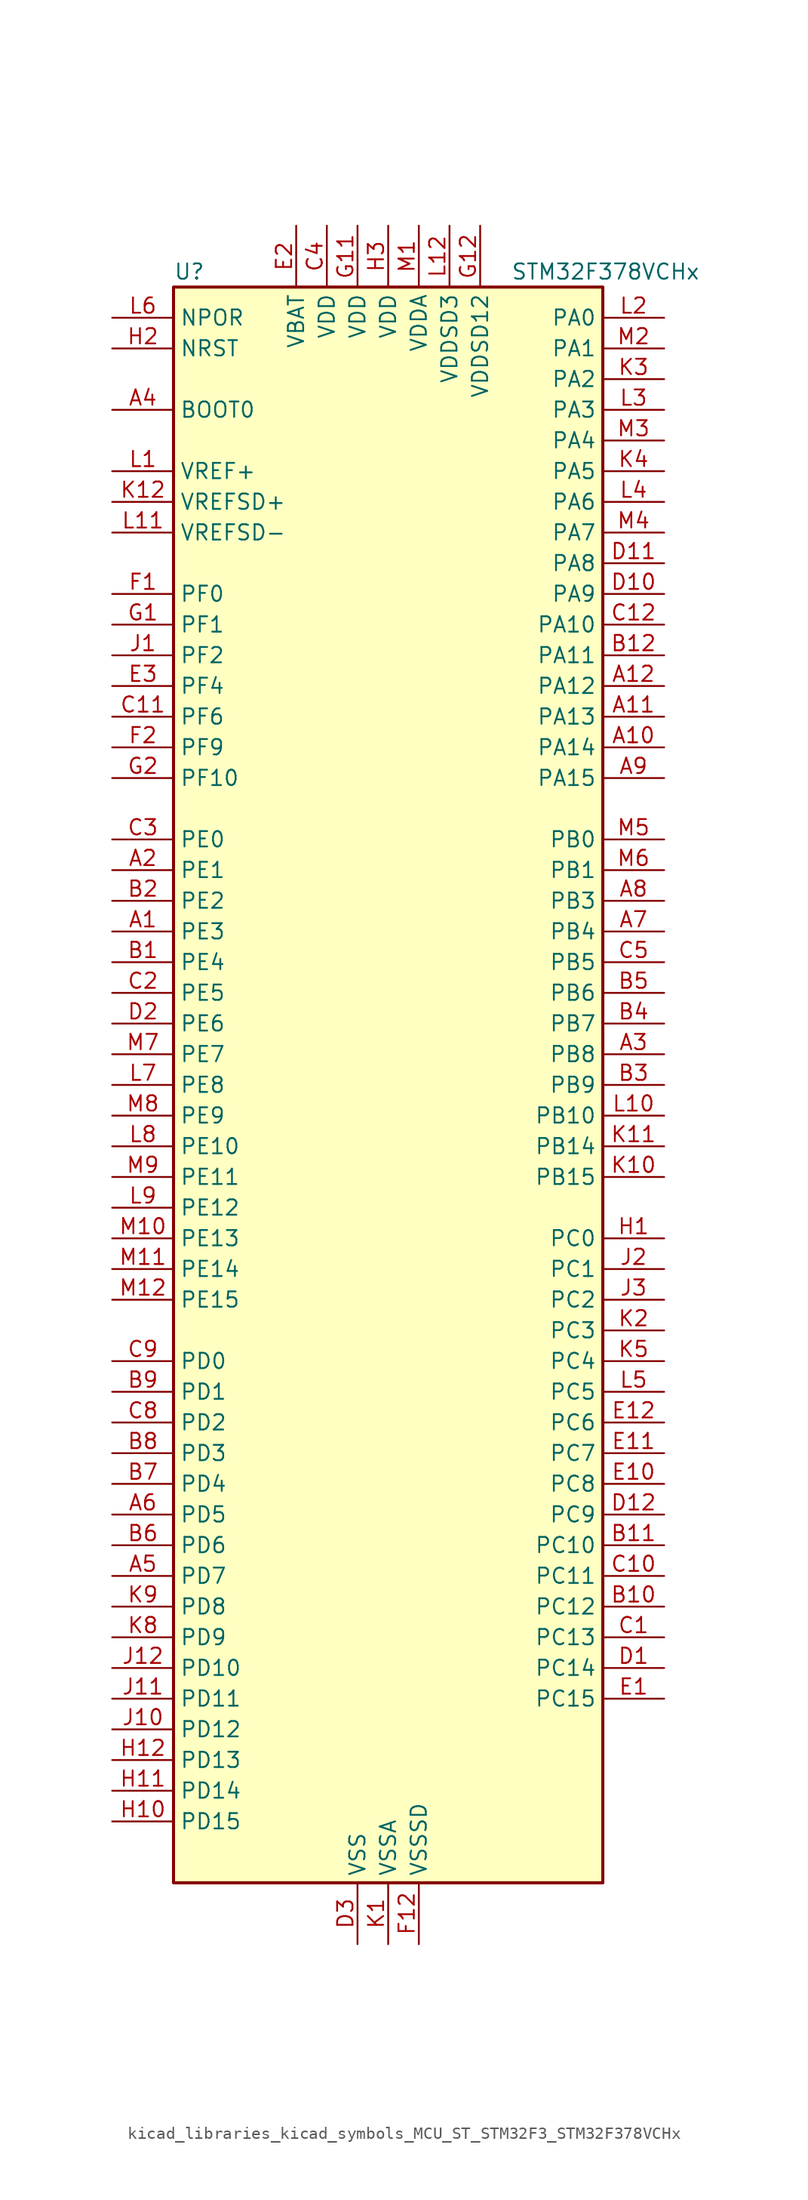
<source format=kicad_sym>
(kicad_symbol_lib
  (version 20220914)
  (generator kicad_symbol_editor)
  (symbol "kicad_libraries_kicad_symbols_MCU_ST_STM32F3_STM32F378VCHx"
    (property "Reference" "U"
      (at -17.78 67.31 0)
      (effects (font (size 1.27 1.27)) (justify left)))
    (property "Value" "STM32F378VCHx"
      (at 10.16 67.31 0)
      (effects (font (size 1.27 1.27)) (justify left)))
    (property "ki_locked" ""
      (at 0 0 0)
      (effects (font (size 1.27 1.27))))
    (symbol "kicad_libraries_kicad_symbols_MCU_ST_STM32F3_STM32F378VCHx_0_1"
      (rectangle (start -17.78 -66.04) (end 17.78 66.04) (stroke (width 0.254) (type default)) (fill (type background))))
    (symbol "kicad_libraries_kicad_symbols_MCU_ST_STM32F3_STM32F378VCHx_1_1"
      (pin bidirectional line (at -22.86 12.7 0) (length 5.08) (name "PE3" (effects (font (size 1.27 1.27)))) (number "A1" (effects (font (size 1.27 1.27)))) (alternate "SYS_TRACED0" bidirectional line) (alternate "TSC_G7_IO2" bidirectional line))
      (pin bidirectional line (at 22.86 27.94 180) (length 5.08) (name "PA14" (effects (font (size 1.27 1.27)))) (number "A10" (effects (font (size 1.27 1.27)))) (alternate "I2C1_SDA" bidirectional line) (alternate "SYS_JTCK-SWCLK" bidirectional line) (alternate "TIM12_CH1" bidirectional line) (alternate "TSC_G4_IO4" bidirectional line))
      (pin bidirectional line (at 22.86 30.48 180) (length 5.08) (name "PA13" (effects (font (size 1.27 1.27)))) (number "A11" (effects (font (size 1.27 1.27)))) (alternate "I2S1_MCK" bidirectional line) (alternate "IR_OUT" bidirectional line) (alternate "SPI1_MISO" bidirectional line) (alternate "SYS_JTMS-SWDIO" bidirectional line) (alternate "TIM16_CH1N" bidirectional line) (alternate "TIM4_CH3" bidirectional line) (alternate "TIM5_CH4" bidirectional line) (alternate "TSC_G4_IO3" bidirectional line) (alternate "USART3_CTS" bidirectional line))
      (pin bidirectional line (at 22.86 33.02 180) (length 5.08) (name "PA12" (effects (font (size 1.27 1.27)))) (number "A12" (effects (font (size 1.27 1.27)))) (alternate "CAN_TX" bidirectional line) (alternate "COMP2_OUT" bidirectional line) (alternate "I2S1_CK" bidirectional line) (alternate "SPI1_SCK" bidirectional line) (alternate "TIM16_CH1" bidirectional line) (alternate "TIM4_CH2" bidirectional line) (alternate "TIM5_CH3" bidirectional line) (alternate "USART1_DE" bidirectional line) (alternate "USART1_RTS" bidirectional line))
      (pin bidirectional line (at -22.86 17.78 0) (length 5.08) (name "PE1" (effects (font (size 1.27 1.27)))) (number "A2" (effects (font (size 1.27 1.27)))) (alternate "USART1_RX" bidirectional line))
      (pin bidirectional line (at 22.86 2.54 180) (length 5.08) (name "PB8" (effects (font (size 1.27 1.27)))) (number "A3" (effects (font (size 1.27 1.27)))) (alternate "CAN_RX" bidirectional line) (alternate "CEC" bidirectional line) (alternate "COMP1_OUT" bidirectional line) (alternate "I2C1_SCL" bidirectional line) (alternate "I2S2_CK" bidirectional line) (alternate "SPI2_SCK" bidirectional line) (alternate "TIM16_CH1" bidirectional line) (alternate "TIM19_CH3" bidirectional line) (alternate "TIM4_CH3" bidirectional line) (alternate "TSC_SYNC" bidirectional line) (alternate "USART3_TX" bidirectional line))
      (pin input line (at -22.86 55.88 0) (length 5.08) (name "BOOT0" (effects (font (size 1.27 1.27)))) (number "A4" (effects (font (size 1.27 1.27)))))
      (pin bidirectional line (at -22.86 -40.64 0) (length 5.08) (name "PD7" (effects (font (size 1.27 1.27)))) (number "A5" (effects (font (size 1.27 1.27)))) (alternate "I2S2_CK" bidirectional line) (alternate "SPI2_SCK" bidirectional line) (alternate "USART2_CK" bidirectional line))
      (pin bidirectional line (at -22.86 -35.56 0) (length 5.08) (name "PD5" (effects (font (size 1.27 1.27)))) (number "A6" (effects (font (size 1.27 1.27)))) (alternate "USART2_TX" bidirectional line))
      (pin bidirectional line (at 22.86 12.7 180) (length 5.08) (name "PB4" (effects (font (size 1.27 1.27)))) (number "A7" (effects (font (size 1.27 1.27)))) (alternate "I2S1_MCK" bidirectional line) (alternate "I2S3_MCK" bidirectional line) (alternate "SPI1_MISO" bidirectional line) (alternate "SPI3_MISO" bidirectional line) (alternate "SYS_NJTRST" bidirectional line) (alternate "TIM15_CH1N" bidirectional line) (alternate "TIM16_CH1" bidirectional line) (alternate "TIM17_BKIN" bidirectional line) (alternate "TIM3_CH1" bidirectional line) (alternate "TSC_G5_IO2" bidirectional line) (alternate "USART2_RX" bidirectional line))
      (pin bidirectional line (at 22.86 15.24 180) (length 5.08) (name "PB3" (effects (font (size 1.27 1.27)))) (number "A8" (effects (font (size 1.27 1.27)))) (alternate "I2S1_CK" bidirectional line) (alternate "I2S3_CK" bidirectional line) (alternate "SPI1_SCK" bidirectional line) (alternate "SPI3_SCK" bidirectional line) (alternate "SYS_JTDO-TRACESWO" bidirectional line) (alternate "TIM13_CH1" bidirectional line) (alternate "TIM2_CH2" bidirectional line) (alternate "TIM3_ETR" bidirectional line) (alternate "TIM4_ETR" bidirectional line) (alternate "TSC_G5_IO1" bidirectional line) (alternate "USART2_TX" bidirectional line))
      (pin bidirectional line (at 22.86 25.4 180) (length 5.08) (name "PA15" (effects (font (size 1.27 1.27)))) (number "A9" (effects (font (size 1.27 1.27)))) (alternate "ADC1_EXTI15" bidirectional line) (alternate "I2C1_SCL" bidirectional line) (alternate "I2S1_WS" bidirectional line) (alternate "I2S3_WS" bidirectional line) (alternate "SDADC1_EXTI15" bidirectional line) (alternate "SDADC2_EXTI15" bidirectional line) (alternate "SDADC3_EXTI15" bidirectional line) (alternate "SPI1_NSS" bidirectional line) (alternate "SPI3_NSS" bidirectional line) (alternate "SYS_JTDI" bidirectional line) (alternate "TIM12_CH2" bidirectional line) (alternate "TIM2_CH1" bidirectional line) (alternate "TIM2_ETR" bidirectional line) (alternate "TSC_SYNC" bidirectional line))
      (pin bidirectional line (at -22.86 10.16 0) (length 5.08) (name "PE4" (effects (font (size 1.27 1.27)))) (number "B1" (effects (font (size 1.27 1.27)))) (alternate "SYS_TRACED1" bidirectional line) (alternate "TSC_G7_IO3" bidirectional line))
      (pin bidirectional line (at 22.86 -43.18 180) (length 5.08) (name "PC12" (effects (font (size 1.27 1.27)))) (number "B10" (effects (font (size 1.27 1.27)))) (alternate "I2S3_SD" bidirectional line) (alternate "SPI3_MOSI" bidirectional line) (alternate "TIM19_CH3" bidirectional line) (alternate "USART3_CK" bidirectional line))
      (pin bidirectional line (at 22.86 -38.1 180) (length 5.08) (name "PC10" (effects (font (size 1.27 1.27)))) (number "B11" (effects (font (size 1.27 1.27)))) (alternate "I2S3_CK" bidirectional line) (alternate "SPI3_SCK" bidirectional line) (alternate "TIM19_CH1" bidirectional line) (alternate "USART3_TX" bidirectional line))
      (pin bidirectional line (at 22.86 35.56 180) (length 5.08) (name "PA11" (effects (font (size 1.27 1.27)))) (number "B12" (effects (font (size 1.27 1.27)))) (alternate "ADC1_EXTI11" bidirectional line) (alternate "CAN_RX" bidirectional line) (alternate "COMP1_OUT" bidirectional line) (alternate "I2S1_WS" bidirectional line) (alternate "I2S2_WS" bidirectional line) (alternate "SDADC1_EXTI11" bidirectional line) (alternate "SDADC2_EXTI11" bidirectional line) (alternate "SDADC3_EXTI11" bidirectional line) (alternate "SPI1_NSS" bidirectional line) (alternate "SPI2_NSS" bidirectional line) (alternate "TIM4_CH1" bidirectional line) (alternate "TIM5_CH2" bidirectional line) (alternate "USART1_CTS" bidirectional line))
      (pin bidirectional line (at -22.86 15.24 0) (length 5.08) (name "PE2" (effects (font (size 1.27 1.27)))) (number "B2" (effects (font (size 1.27 1.27)))) (alternate "SYS_TRACECK" bidirectional line) (alternate "TSC_G7_IO1" bidirectional line))
      (pin bidirectional line (at 22.86 0 180) (length 5.08) (name "PB9" (effects (font (size 1.27 1.27)))) (number "B3" (effects (font (size 1.27 1.27)))) (alternate "CAN_TX" bidirectional line) (alternate "COMP2_OUT" bidirectional line) (alternate "DAC1_EXTI9" bidirectional line) (alternate "DAC2_EXTI9" bidirectional line) (alternate "I2C1_SDA" bidirectional line) (alternate "I2S2_WS" bidirectional line) (alternate "IR_OUT" bidirectional line) (alternate "SPI2_NSS" bidirectional line) (alternate "TIM17_CH1" bidirectional line) (alternate "TIM19_CH4" bidirectional line) (alternate "TIM4_CH4" bidirectional line) (alternate "USART3_RX" bidirectional line))
      (pin bidirectional line (at 22.86 5.08 180) (length 5.08) (name "PB7" (effects (font (size 1.27 1.27)))) (number "B4" (effects (font (size 1.27 1.27)))) (alternate "I2C1_SDA" bidirectional line) (alternate "TIM15_CH2" bidirectional line) (alternate "TIM17_CH1N" bidirectional line) (alternate "TIM19_CH2" bidirectional line) (alternate "TIM3_CH4" bidirectional line) (alternate "TIM4_CH2" bidirectional line) (alternate "TSC_G5_IO4" bidirectional line) (alternate "USART1_RX" bidirectional line))
      (pin bidirectional line (at 22.86 7.62 180) (length 5.08) (name "PB6" (effects (font (size 1.27 1.27)))) (number "B5" (effects (font (size 1.27 1.27)))) (alternate "I2C1_SCL" bidirectional line) (alternate "TIM15_CH1" bidirectional line) (alternate "TIM16_CH1N" bidirectional line) (alternate "TIM19_CH1" bidirectional line) (alternate "TIM3_CH3" bidirectional line) (alternate "TIM4_CH1" bidirectional line) (alternate "TSC_G5_IO3" bidirectional line) (alternate "USART1_TX" bidirectional line))
      (pin bidirectional line (at -22.86 -38.1 0) (length 5.08) (name "PD6" (effects (font (size 1.27 1.27)))) (number "B6" (effects (font (size 1.27 1.27)))) (alternate "I2S2_WS" bidirectional line) (alternate "SPI2_NSS" bidirectional line) (alternate "USART2_RX" bidirectional line))
      (pin bidirectional line (at -22.86 -33.02 0) (length 5.08) (name "PD4" (effects (font (size 1.27 1.27)))) (number "B7" (effects (font (size 1.27 1.27)))) (alternate "I2S2_SD" bidirectional line) (alternate "SPI2_MOSI" bidirectional line) (alternate "USART2_DE" bidirectional line) (alternate "USART2_RTS" bidirectional line))
      (pin bidirectional line (at -22.86 -30.48 0) (length 5.08) (name "PD3" (effects (font (size 1.27 1.27)))) (number "B8" (effects (font (size 1.27 1.27)))) (alternate "I2S2_MCK" bidirectional line) (alternate "SPI2_MISO" bidirectional line) (alternate "USART2_CTS" bidirectional line))
      (pin bidirectional line (at -22.86 -25.4 0) (length 5.08) (name "PD1" (effects (font (size 1.27 1.27)))) (number "B9" (effects (font (size 1.27 1.27)))) (alternate "CAN_TX" bidirectional line) (alternate "TIM19_ETR" bidirectional line))
      (pin bidirectional line (at 22.86 -45.72 180) (length 5.08) (name "PC13" (effects (font (size 1.27 1.27)))) (number "C1" (effects (font (size 1.27 1.27)))) (alternate "RTC_OUT_ALARM" bidirectional line) (alternate "RTC_OUT_CALIB" bidirectional line) (alternate "RTC_TAMP1" bidirectional line) (alternate "RTC_TS" bidirectional line) (alternate "SYS_WKUP2" bidirectional line))
      (pin bidirectional line (at 22.86 -40.64 180) (length 5.08) (name "PC11" (effects (font (size 1.27 1.27)))) (number "C10" (effects (font (size 1.27 1.27)))) (alternate "ADC1_EXTI11" bidirectional line) (alternate "I2S3_MCK" bidirectional line) (alternate "SDADC1_EXTI11" bidirectional line) (alternate "SDADC2_EXTI11" bidirectional line) (alternate "SDADC3_EXTI11" bidirectional line) (alternate "SPI3_MISO" bidirectional line) (alternate "TIM19_CH2" bidirectional line) (alternate "USART3_RX" bidirectional line))
      (pin bidirectional line (at -22.86 30.48 0) (length 5.08) (name "PF6" (effects (font (size 1.27 1.27)))) (number "C11" (effects (font (size 1.27 1.27)))) (alternate "I2C2_SCL" bidirectional line) (alternate "I2S1_SD" bidirectional line) (alternate "SPI1_MOSI" bidirectional line) (alternate "TIM4_CH4" bidirectional line) (alternate "USART3_DE" bidirectional line) (alternate "USART3_RTS" bidirectional line))
      (pin bidirectional line (at 22.86 38.1 180) (length 5.08) (name "PA10" (effects (font (size 1.27 1.27)))) (number "C12" (effects (font (size 1.27 1.27)))) (alternate "I2C2_SDA" bidirectional line) (alternate "I2S2_SD" bidirectional line) (alternate "SPI2_MOSI" bidirectional line) (alternate "TIM14_CH1" bidirectional line) (alternate "TIM17_BKIN" bidirectional line) (alternate "TIM2_CH4" bidirectional line) (alternate "TSC_G4_IO2" bidirectional line) (alternate "USART1_RX" bidirectional line))
      (pin bidirectional line (at -22.86 7.62 0) (length 5.08) (name "PE5" (effects (font (size 1.27 1.27)))) (number "C2" (effects (font (size 1.27 1.27)))) (alternate "SYS_TRACED2" bidirectional line) (alternate "TSC_G7_IO4" bidirectional line))
      (pin bidirectional line (at -22.86 20.32 0) (length 5.08) (name "PE0" (effects (font (size 1.27 1.27)))) (number "C3" (effects (font (size 1.27 1.27)))) (alternate "TIM4_ETR" bidirectional line) (alternate "USART1_TX" bidirectional line))
      (pin power_in line (at -5.08 71.12 270) (length 5.08) (name "VDD" (effects (font (size 1.27 1.27)))) (number "C4" (effects (font (size 1.27 1.27)))))
      (pin bidirectional line (at 22.86 10.16 180) (length 5.08) (name "PB5" (effects (font (size 1.27 1.27)))) (number "C5" (effects (font (size 1.27 1.27)))) (alternate "I2C1_SMBA" bidirectional line) (alternate "I2S1_SD" bidirectional line) (alternate "I2S3_SD" bidirectional line) (alternate "SPI1_MOSI" bidirectional line) (alternate "SPI3_MOSI" bidirectional line) (alternate "TIM16_BKIN" bidirectional line) (alternate "TIM17_CH1" bidirectional line) (alternate "TIM19_ETR" bidirectional line) (alternate "TIM3_CH2" bidirectional line) (alternate "USART2_CK" bidirectional line))
      (pin bidirectional line (at -22.86 -27.94 0) (length 5.08) (name "PD2" (effects (font (size 1.27 1.27)))) (number "C8" (effects (font (size 1.27 1.27)))) (alternate "TIM3_ETR" bidirectional line))
      (pin bidirectional line (at -22.86 -22.86 0) (length 5.08) (name "PD0" (effects (font (size 1.27 1.27)))) (number "C9" (effects (font (size 1.27 1.27)))) (alternate "CAN_RX" bidirectional line) (alternate "TIM19_CH4" bidirectional line))
      (pin bidirectional line (at 22.86 -48.26 180) (length 5.08) (name "PC14" (effects (font (size 1.27 1.27)))) (number "D1" (effects (font (size 1.27 1.27)))) (alternate "RCC_OSC32_IN" bidirectional line))
      (pin bidirectional line (at 22.86 40.64 180) (length 5.08) (name "PA9" (effects (font (size 1.27 1.27)))) (number "D10" (effects (font (size 1.27 1.27)))) (alternate "DAC1_EXTI9" bidirectional line) (alternate "DAC2_EXTI9" bidirectional line) (alternate "I2C2_SCL" bidirectional line) (alternate "I2S2_MCK" bidirectional line) (alternate "SPI2_MISO" bidirectional line) (alternate "TIM13_CH1" bidirectional line) (alternate "TIM15_BKIN" bidirectional line) (alternate "TIM2_CH3" bidirectional line) (alternate "TSC_G4_IO1" bidirectional line) (alternate "USART1_TX" bidirectional line))
      (pin bidirectional line (at 22.86 43.18 180) (length 5.08) (name "PA8" (effects (font (size 1.27 1.27)))) (number "D11" (effects (font (size 1.27 1.27)))) (alternate "I2C2_SMBA" bidirectional line) (alternate "I2S2_CK" bidirectional line) (alternate "RCC_MCO" bidirectional line) (alternate "SPI2_SCK" bidirectional line) (alternate "TIM4_ETR" bidirectional line) (alternate "TIM5_CH1" bidirectional line) (alternate "TIM5_ETR" bidirectional line) (alternate "USART1_CK" bidirectional line))
      (pin bidirectional line (at 22.86 -35.56 180) (length 5.08) (name "PC9" (effects (font (size 1.27 1.27)))) (number "D12" (effects (font (size 1.27 1.27)))) (alternate "DAC1_EXTI9" bidirectional line) (alternate "DAC2_EXTI9" bidirectional line) (alternate "I2S1_SD" bidirectional line) (alternate "SPI1_MOSI" bidirectional line) (alternate "TIM3_CH4" bidirectional line))
      (pin bidirectional line (at -22.86 5.08 0) (length 5.08) (name "PE6" (effects (font (size 1.27 1.27)))) (number "D2" (effects (font (size 1.27 1.27)))) (alternate "RTC_TAMP3" bidirectional line) (alternate "SYS_TRACED3" bidirectional line) (alternate "SYS_WKUP3" bidirectional line))
      (pin power_in line (at -2.54 -71.12 90) (length 5.08) (name "VSS" (effects (font (size 1.27 1.27)))) (number "D3" (effects (font (size 1.27 1.27)))))
      (pin bidirectional line (at 22.86 -50.8 180) (length 5.08) (name "PC15" (effects (font (size 1.27 1.27)))) (number "E1" (effects (font (size 1.27 1.27)))) (alternate "ADC1_EXTI15" bidirectional line) (alternate "RCC_OSC32_OUT" bidirectional line) (alternate "SDADC1_EXTI15" bidirectional line) (alternate "SDADC2_EXTI15" bidirectional line) (alternate "SDADC3_EXTI15" bidirectional line))
      (pin bidirectional line (at 22.86 -33.02 180) (length 5.08) (name "PC8" (effects (font (size 1.27 1.27)))) (number "E10" (effects (font (size 1.27 1.27)))) (alternate "I2S1_MCK" bidirectional line) (alternate "SPI1_MISO" bidirectional line) (alternate "TIM3_CH3" bidirectional line))
      (pin bidirectional line (at 22.86 -30.48 180) (length 5.08) (name "PC7" (effects (font (size 1.27 1.27)))) (number "E11" (effects (font (size 1.27 1.27)))) (alternate "I2S1_CK" bidirectional line) (alternate "SPI1_SCK" bidirectional line) (alternate "TIM3_CH2" bidirectional line))
      (pin bidirectional line (at 22.86 -27.94 180) (length 5.08) (name "PC6" (effects (font (size 1.27 1.27)))) (number "E12" (effects (font (size 1.27 1.27)))) (alternate "I2S1_WS" bidirectional line) (alternate "SPI1_NSS" bidirectional line) (alternate "TIM3_CH1" bidirectional line))
      (pin power_in line (at -7.62 71.12 270) (length 5.08) (name "VBAT" (effects (font (size 1.27 1.27)))) (number "E2" (effects (font (size 1.27 1.27)))))
      (pin bidirectional line (at -22.86 33.02 0) (length 5.08) (name "PF4" (effects (font (size 1.27 1.27)))) (number "E3" (effects (font (size 1.27 1.27)))))
      (pin bidirectional line (at -22.86 40.64 0) (length 5.08) (name "PF0" (effects (font (size 1.27 1.27)))) (number "F1" (effects (font (size 1.27 1.27)))) (alternate "I2C2_SDA" bidirectional line) (alternate "RCC_OSC_IN" bidirectional line))
      (pin passive line (at -2.54 -71.12 90) (length 5.08) hide (name "VSS" (effects (font (size 1.27 1.27)))) (number "F11" (effects (font (size 1.27 1.27)))))
      (pin power_in line (at 2.54 -71.12 90) (length 5.08) (name "VSSSD" (effects (font (size 1.27 1.27)))) (number "F12" (effects (font (size 1.27 1.27)))))
      (pin bidirectional line (at -22.86 27.94 0) (length 5.08) (name "PF9" (effects (font (size 1.27 1.27)))) (number "F2" (effects (font (size 1.27 1.27)))) (alternate "DAC1_EXTI9" bidirectional line) (alternate "DAC2_EXTI9" bidirectional line) (alternate "TIM14_CH1" bidirectional line))
      (pin bidirectional line (at -22.86 38.1 0) (length 5.08) (name "PF1" (effects (font (size 1.27 1.27)))) (number "G1" (effects (font (size 1.27 1.27)))) (alternate "I2C2_SCL" bidirectional line) (alternate "RCC_OSC_OUT" bidirectional line))
      (pin power_in line (at -2.54 71.12 270) (length 5.08) (name "VDD" (effects (font (size 1.27 1.27)))) (number "G11" (effects (font (size 1.27 1.27)))))
      (pin power_in line (at 7.62 71.12 270) (length 5.08) (name "VDDSD12" (effects (font (size 1.27 1.27)))) (number "G12" (effects (font (size 1.27 1.27)))))
      (pin bidirectional line (at -22.86 25.4 0) (length 5.08) (name "PF10" (effects (font (size 1.27 1.27)))) (number "G2" (effects (font (size 1.27 1.27)))))
      (pin bidirectional line (at 22.86 -12.7 180) (length 5.08) (name "PC0" (effects (font (size 1.27 1.27)))) (number "H1" (effects (font (size 1.27 1.27)))) (alternate "ADC1_IN10" bidirectional line) (alternate "TIM5_CH1" bidirectional line) (alternate "TIM5_ETR" bidirectional line))
      (pin bidirectional line (at -22.86 -60.96 0) (length 5.08) (name "PD15" (effects (font (size 1.27 1.27)))) (number "H10" (effects (font (size 1.27 1.27)))) (alternate "ADC1_EXTI15" bidirectional line) (alternate "SDADC1_EXTI15" bidirectional line) (alternate "SDADC2_EXTI15" bidirectional line) (alternate "SDADC3_AIN0M" bidirectional line) (alternate "SDADC3_EXTI15" bidirectional line) (alternate "TIM4_CH4" bidirectional line) (alternate "TSC_G8_IO4" bidirectional line))
      (pin bidirectional line (at -22.86 -58.42 0) (length 5.08) (name "PD14" (effects (font (size 1.27 1.27)))) (number "H11" (effects (font (size 1.27 1.27)))) (alternate "SDADC3_AIN0P" bidirectional line) (alternate "TIM4_CH3" bidirectional line) (alternate "TSC_G8_IO3" bidirectional line))
      (pin bidirectional line (at -22.86 -55.88 0) (length 5.08) (name "PD13" (effects (font (size 1.27 1.27)))) (number "H12" (effects (font (size 1.27 1.27)))) (alternate "SDADC3_AIN1P" bidirectional line) (alternate "SDADC3_AIN2M" bidirectional line) (alternate "TIM4_CH2" bidirectional line) (alternate "TSC_G8_IO2" bidirectional line))
      (pin input line (at -22.86 60.96 0) (length 5.08) (name "NRST" (effects (font (size 1.27 1.27)))) (number "H2" (effects (font (size 1.27 1.27)))))
      (pin power_in line (at 0 71.12 270) (length 5.08) (name "VDD" (effects (font (size 1.27 1.27)))) (number "H3" (effects (font (size 1.27 1.27)))))
      (pin bidirectional line (at -22.86 35.56 0) (length 5.08) (name "PF2" (effects (font (size 1.27 1.27)))) (number "J1" (effects (font (size 1.27 1.27)))) (alternate "I2C2_SMBA" bidirectional line))
      (pin bidirectional line (at -22.86 -53.34 0) (length 5.08) (name "PD12" (effects (font (size 1.27 1.27)))) (number "J10" (effects (font (size 1.27 1.27)))) (alternate "SDADC3_AIN2P" bidirectional line) (alternate "TIM4_CH1" bidirectional line) (alternate "TSC_G8_IO1" bidirectional line) (alternate "USART3_DE" bidirectional line) (alternate "USART3_RTS" bidirectional line))
      (pin bidirectional line (at -22.86 -50.8 0) (length 5.08) (name "PD11" (effects (font (size 1.27 1.27)))) (number "J11" (effects (font (size 1.27 1.27)))) (alternate "ADC1_EXTI11" bidirectional line) (alternate "SDADC1_EXTI11" bidirectional line) (alternate "SDADC2_EXTI11" bidirectional line) (alternate "SDADC3_AIN3P" bidirectional line) (alternate "SDADC3_AIN4M" bidirectional line) (alternate "SDADC3_EXTI11" bidirectional line) (alternate "USART3_CTS" bidirectional line))
      (pin bidirectional line (at -22.86 -48.26 0) (length 5.08) (name "PD10" (effects (font (size 1.27 1.27)))) (number "J12" (effects (font (size 1.27 1.27)))) (alternate "SDADC3_AIN4P" bidirectional line) (alternate "USART3_CK" bidirectional line))
      (pin bidirectional line (at 22.86 -15.24 180) (length 5.08) (name "PC1" (effects (font (size 1.27 1.27)))) (number "J2" (effects (font (size 1.27 1.27)))) (alternate "ADC1_IN11" bidirectional line) (alternate "TIM5_CH2" bidirectional line))
      (pin bidirectional line (at 22.86 -17.78 180) (length 5.08) (name "PC2" (effects (font (size 1.27 1.27)))) (number "J3" (effects (font (size 1.27 1.27)))) (alternate "ADC1_IN12" bidirectional line) (alternate "I2S2_MCK" bidirectional line) (alternate "SPI2_MISO" bidirectional line) (alternate "TIM5_CH3" bidirectional line))
      (pin power_in line (at 0 -71.12 90) (length 5.08) (name "VSSA" (effects (font (size 1.27 1.27)))) (number "K1" (effects (font (size 1.27 1.27)))))
      (pin bidirectional line (at 22.86 -7.62 180) (length 5.08) (name "PB15" (effects (font (size 1.27 1.27)))) (number "K10" (effects (font (size 1.27 1.27)))) (alternate "ADC1_EXTI15" bidirectional line) (alternate "I2S2_SD" bidirectional line) (alternate "RTC_REFIN" bidirectional line) (alternate "SDADC1_EXTI15" bidirectional line) (alternate "SDADC2_EXTI15" bidirectional line) (alternate "SDADC3_AIN7P" bidirectional line) (alternate "SDADC3_AIN8M" bidirectional line) (alternate "SDADC3_EXTI15" bidirectional line) (alternate "SPI2_MOSI" bidirectional line) (alternate "TIM12_CH2" bidirectional line) (alternate "TIM15_CH1N" bidirectional line) (alternate "TIM15_CH2" bidirectional line) (alternate "TSC_G6_IO2" bidirectional line))
      (pin bidirectional line (at 22.86 -5.08 180) (length 5.08) (name "PB14" (effects (font (size 1.27 1.27)))) (number "K11" (effects (font (size 1.27 1.27)))) (alternate "I2S2_MCK" bidirectional line) (alternate "SDADC3_AIN8P" bidirectional line) (alternate "SPI2_MISO" bidirectional line) (alternate "TIM12_CH1" bidirectional line) (alternate "TIM15_CH1" bidirectional line) (alternate "TSC_G6_IO1" bidirectional line) (alternate "USART3_DE" bidirectional line) (alternate "USART3_RTS" bidirectional line))
      (pin input line (at -22.86 48.26 0) (length 5.08) (name "VREFSD+" (effects (font (size 1.27 1.27)))) (number "K12" (effects (font (size 1.27 1.27)))))
      (pin bidirectional line (at 22.86 -20.32 180) (length 5.08) (name "PC3" (effects (font (size 1.27 1.27)))) (number "K2" (effects (font (size 1.27 1.27)))) (alternate "ADC1_IN13" bidirectional line) (alternate "I2S2_SD" bidirectional line) (alternate "SPI2_MOSI" bidirectional line) (alternate "TIM5_CH4" bidirectional line))
      (pin bidirectional line (at 22.86 58.42 180) (length 5.08) (name "PA2" (effects (font (size 1.27 1.27)))) (number "K3" (effects (font (size 1.27 1.27)))) (alternate "ADC1_IN2" bidirectional line) (alternate "COMP2_INM" bidirectional line) (alternate "COMP2_OUT" bidirectional line) (alternate "I2S3_MCK" bidirectional line) (alternate "SPI3_MISO" bidirectional line) (alternate "TIM15_CH1" bidirectional line) (alternate "TIM19_CH3" bidirectional line) (alternate "TIM2_CH3" bidirectional line) (alternate "TIM5_CH3" bidirectional line) (alternate "TSC_G1_IO3" bidirectional line) (alternate "USART2_TX" bidirectional line))
      (pin bidirectional line (at 22.86 50.8 180) (length 5.08) (name "PA5" (effects (font (size 1.27 1.27)))) (number "K4" (effects (font (size 1.27 1.27)))) (alternate "ADC1_IN5" bidirectional line) (alternate "CEC" bidirectional line) (alternate "DAC1_OUT2" bidirectional line) (alternate "I2S1_CK" bidirectional line) (alternate "SPI1_SCK" bidirectional line) (alternate "TIM12_CH2" bidirectional line) (alternate "TIM14_CH1" bidirectional line) (alternate "TIM2_CH1" bidirectional line) (alternate "TIM2_ETR" bidirectional line) (alternate "TSC_G2_IO2" bidirectional line))
      (pin bidirectional line (at 22.86 -22.86 180) (length 5.08) (name "PC4" (effects (font (size 1.27 1.27)))) (number "K5" (effects (font (size 1.27 1.27)))) (alternate "ADC1_IN14" bidirectional line) (alternate "TIM13_CH1" bidirectional line) (alternate "TSC_G3_IO1" bidirectional line) (alternate "USART1_TX" bidirectional line))
      (pin bidirectional line (at -22.86 -45.72 0) (length 5.08) (name "PD9" (effects (font (size 1.27 1.27)))) (number "K8" (effects (font (size 1.27 1.27)))) (alternate "DAC1_EXTI9" bidirectional line) (alternate "DAC2_EXTI9" bidirectional line) (alternate "SDADC3_AIN5P" bidirectional line) (alternate "SDADC3_AIN6M" bidirectional line) (alternate "TSC_G6_IO4" bidirectional line) (alternate "USART3_RX" bidirectional line))
      (pin bidirectional line (at -22.86 -43.18 0) (length 5.08) (name "PD8" (effects (font (size 1.27 1.27)))) (number "K9" (effects (font (size 1.27 1.27)))) (alternate "I2S2_CK" bidirectional line) (alternate "SDADC3_AIN6P" bidirectional line) (alternate "SPI2_SCK" bidirectional line) (alternate "TSC_G6_IO3" bidirectional line) (alternate "USART3_TX" bidirectional line))
      (pin input line (at -22.86 50.8 0) (length 5.08) (name "VREF+" (effects (font (size 1.27 1.27)))) (number "L1" (effects (font (size 1.27 1.27)))))
      (pin bidirectional line (at 22.86 -2.54 180) (length 5.08) (name "PB10" (effects (font (size 1.27 1.27)))) (number "L10" (effects (font (size 1.27 1.27)))) (alternate "CEC" bidirectional line) (alternate "I2S2_CK" bidirectional line) (alternate "SDADC2_AIN0M" bidirectional line) (alternate "SPI2_SCK" bidirectional line) (alternate "TIM2_CH3" bidirectional line) (alternate "TSC_SYNC" bidirectional line) (alternate "USART3_TX" bidirectional line))
      (pin input line (at -22.86 45.72 0) (length 5.08) (name "VREFSD-" (effects (font (size 1.27 1.27)))) (number "L11" (effects (font (size 1.27 1.27)))))
      (pin power_in line (at 5.08 71.12 270) (length 5.08) (name "VDDSD3" (effects (font (size 1.27 1.27)))) (number "L12" (effects (font (size 1.27 1.27)))))
      (pin bidirectional line (at 22.86 63.5 180) (length 5.08) (name "PA0" (effects (font (size 1.27 1.27)))) (number "L2" (effects (font (size 1.27 1.27)))) (alternate "ADC1_IN0" bidirectional line) (alternate "COMP1_INM" bidirectional line) (alternate "COMP1_OUT" bidirectional line) (alternate "RTC_TAMP2" bidirectional line) (alternate "SYS_WKUP1" bidirectional line) (alternate "TIM19_CH1" bidirectional line) (alternate "TIM2_CH1" bidirectional line) (alternate "TIM2_ETR" bidirectional line) (alternate "TIM5_CH1" bidirectional line) (alternate "TIM5_ETR" bidirectional line) (alternate "TSC_G1_IO1" bidirectional line) (alternate "USART2_CTS" bidirectional line))
      (pin bidirectional line (at 22.86 55.88 180) (length 5.08) (name "PA3" (effects (font (size 1.27 1.27)))) (number "L3" (effects (font (size 1.27 1.27)))) (alternate "ADC1_IN3" bidirectional line) (alternate "COMP2_INP" bidirectional line) (alternate "I2S3_SD" bidirectional line) (alternate "SPI3_MOSI" bidirectional line) (alternate "TIM15_CH2" bidirectional line) (alternate "TIM19_CH4" bidirectional line) (alternate "TIM2_CH4" bidirectional line) (alternate "TIM5_CH4" bidirectional line) (alternate "TSC_G1_IO4" bidirectional line) (alternate "USART2_RX" bidirectional line))
      (pin bidirectional line (at 22.86 48.26 180) (length 5.08) (name "PA6" (effects (font (size 1.27 1.27)))) (number "L4" (effects (font (size 1.27 1.27)))) (alternate "ADC1_IN6" bidirectional line) (alternate "COMP1_OUT" bidirectional line) (alternate "DAC2_OUT1" bidirectional line) (alternate "I2S1_MCK" bidirectional line) (alternate "SPI1_MISO" bidirectional line) (alternate "TIM13_CH1" bidirectional line) (alternate "TIM16_CH1" bidirectional line) (alternate "TIM3_CH1" bidirectional line) (alternate "TSC_G2_IO3" bidirectional line))
      (pin bidirectional line (at 22.86 -25.4 180) (length 5.08) (name "PC5" (effects (font (size 1.27 1.27)))) (number "L5" (effects (font (size 1.27 1.27)))) (alternate "ADC1_IN15" bidirectional line) (alternate "TSC_G3_IO2" bidirectional line) (alternate "USART1_RX" bidirectional line))
      (pin input line (at -22.86 63.5 0) (length 5.08) (name "NPOR" (effects (font (size 1.27 1.27)))) (number "L6" (effects (font (size 1.27 1.27)))))
      (pin bidirectional line (at -22.86 0 0) (length 5.08) (name "PE8" (effects (font (size 1.27 1.27)))) (number "L7" (effects (font (size 1.27 1.27)))) (alternate "SDADC1_AIN8P" bidirectional line) (alternate "SDADC2_AIN8P" bidirectional line))
      (pin bidirectional line (at -22.86 -5.08 0) (length 5.08) (name "PE10" (effects (font (size 1.27 1.27)))) (number "L8" (effects (font (size 1.27 1.27)))) (alternate "SDADC1_AIN2P" bidirectional line))
      (pin bidirectional line (at -22.86 -10.16 0) (length 5.08) (name "PE12" (effects (font (size 1.27 1.27)))) (number "L9" (effects (font (size 1.27 1.27)))) (alternate "SDADC1_AIN0P" bidirectional line) (alternate "SDADC2_AIN3P" bidirectional line) (alternate "SDADC2_AIN4M" bidirectional line))
      (pin power_in line (at 2.54 71.12 270) (length 5.08) (name "VDDA" (effects (font (size 1.27 1.27)))) (number "M1" (effects (font (size 1.27 1.27)))))
      (pin bidirectional line (at -22.86 -12.7 0) (length 5.08) (name "PE13" (effects (font (size 1.27 1.27)))) (number "M10" (effects (font (size 1.27 1.27)))) (alternate "SDADC1_AIN0M" bidirectional line) (alternate "SDADC2_AIN2P" bidirectional line))
      (pin bidirectional line (at -22.86 -15.24 0) (length 5.08) (name "PE14" (effects (font (size 1.27 1.27)))) (number "M11" (effects (font (size 1.27 1.27)))) (alternate "SDADC2_AIN1P" bidirectional line) (alternate "SDADC2_AIN2M" bidirectional line))
      (pin bidirectional line (at -22.86 -17.78 0) (length 5.08) (name "PE15" (effects (font (size 1.27 1.27)))) (number "M12" (effects (font (size 1.27 1.27)))) (alternate "ADC1_EXTI15" bidirectional line) (alternate "SDADC1_EXTI15" bidirectional line) (alternate "SDADC2_AIN0P" bidirectional line) (alternate "SDADC2_EXTI15" bidirectional line) (alternate "SDADC3_EXTI15" bidirectional line) (alternate "USART3_RX" bidirectional line))
      (pin bidirectional line (at 22.86 60.96 180) (length 5.08) (name "PA1" (effects (font (size 1.27 1.27)))) (number "M2" (effects (font (size 1.27 1.27)))) (alternate "ADC1_IN1" bidirectional line) (alternate "COMP1_INP" bidirectional line) (alternate "I2S3_CK" bidirectional line) (alternate "RTC_REFIN" bidirectional line) (alternate "SPI3_SCK" bidirectional line) (alternate "TIM15_CH1N" bidirectional line) (alternate "TIM19_CH2" bidirectional line) (alternate "TIM2_CH2" bidirectional line) (alternate "TIM5_CH2" bidirectional line) (alternate "TSC_G1_IO2" bidirectional line) (alternate "USART2_DE" bidirectional line) (alternate "USART2_RTS" bidirectional line))
      (pin bidirectional line (at 22.86 53.34 180) (length 5.08) (name "PA4" (effects (font (size 1.27 1.27)))) (number "M3" (effects (font (size 1.27 1.27)))) (alternate "ADC1_IN4" bidirectional line) (alternate "DAC1_OUT1" bidirectional line) (alternate "I2S1_WS" bidirectional line) (alternate "I2S3_WS" bidirectional line) (alternate "SPI1_NSS" bidirectional line) (alternate "SPI3_NSS" bidirectional line) (alternate "TIM12_CH1" bidirectional line) (alternate "TIM3_CH2" bidirectional line) (alternate "TSC_G2_IO1" bidirectional line) (alternate "USART2_CK" bidirectional line))
      (pin bidirectional line (at 22.86 45.72 180) (length 5.08) (name "PA7" (effects (font (size 1.27 1.27)))) (number "M4" (effects (font (size 1.27 1.27)))) (alternate "ADC1_IN7" bidirectional line) (alternate "COMP2_OUT" bidirectional line) (alternate "I2S1_SD" bidirectional line) (alternate "SPI1_MOSI" bidirectional line) (alternate "TIM14_CH1" bidirectional line) (alternate "TIM17_CH1" bidirectional line) (alternate "TIM3_CH2" bidirectional line) (alternate "TSC_G2_IO4" bidirectional line))
      (pin bidirectional line (at 22.86 20.32 180) (length 5.08) (name "PB0" (effects (font (size 1.27 1.27)))) (number "M5" (effects (font (size 1.27 1.27)))) (alternate "ADC1_IN8" bidirectional line) (alternate "I2S1_SD" bidirectional line) (alternate "SDADC1_AIN6P" bidirectional line) (alternate "SPI1_MOSI" bidirectional line) (alternate "TIM3_CH2" bidirectional line) (alternate "TIM3_CH3" bidirectional line) (alternate "TSC_G3_IO3" bidirectional line))
      (pin bidirectional line (at 22.86 17.78 180) (length 5.08) (name "PB1" (effects (font (size 1.27 1.27)))) (number "M6" (effects (font (size 1.27 1.27)))) (alternate "ADC1_IN9" bidirectional line) (alternate "SDADC1_AIN5P" bidirectional line) (alternate "SDADC1_AIN6M" bidirectional line) (alternate "TIM3_CH4" bidirectional line) (alternate "TSC_G3_IO4" bidirectional line))
      (pin bidirectional line (at -22.86 2.54 0) (length 5.08) (name "PE7" (effects (font (size 1.27 1.27)))) (number "M7" (effects (font (size 1.27 1.27)))) (alternate "SDADC1_AIN3P" bidirectional line) (alternate "SDADC1_AIN4M" bidirectional line) (alternate "SDADC2_AIN5P" bidirectional line) (alternate "SDADC2_AIN6M" bidirectional line))
      (pin bidirectional line (at -22.86 -2.54 0) (length 5.08) (name "PE9" (effects (font (size 1.27 1.27)))) (number "M8" (effects (font (size 1.27 1.27)))) (alternate "DAC1_EXTI9" bidirectional line) (alternate "DAC2_EXTI9" bidirectional line) (alternate "SDADC1_AIN7P" bidirectional line) (alternate "SDADC1_AIN8M" bidirectional line) (alternate "SDADC2_AIN7P" bidirectional line) (alternate "SDADC2_AIN8M" bidirectional line))
      (pin bidirectional line (at -22.86 -7.62 0) (length 5.08) (name "PE11" (effects (font (size 1.27 1.27)))) (number "M9" (effects (font (size 1.27 1.27)))) (alternate "ADC1_EXTI11" bidirectional line) (alternate "SDADC1_AIN1P" bidirectional line) (alternate "SDADC1_AIN2M" bidirectional line) (alternate "SDADC1_EXTI11" bidirectional line) (alternate "SDADC2_AIN4P" bidirectional line) (alternate "SDADC2_EXTI11" bidirectional line) (alternate "SDADC3_EXTI11" bidirectional line)))))
</source>
